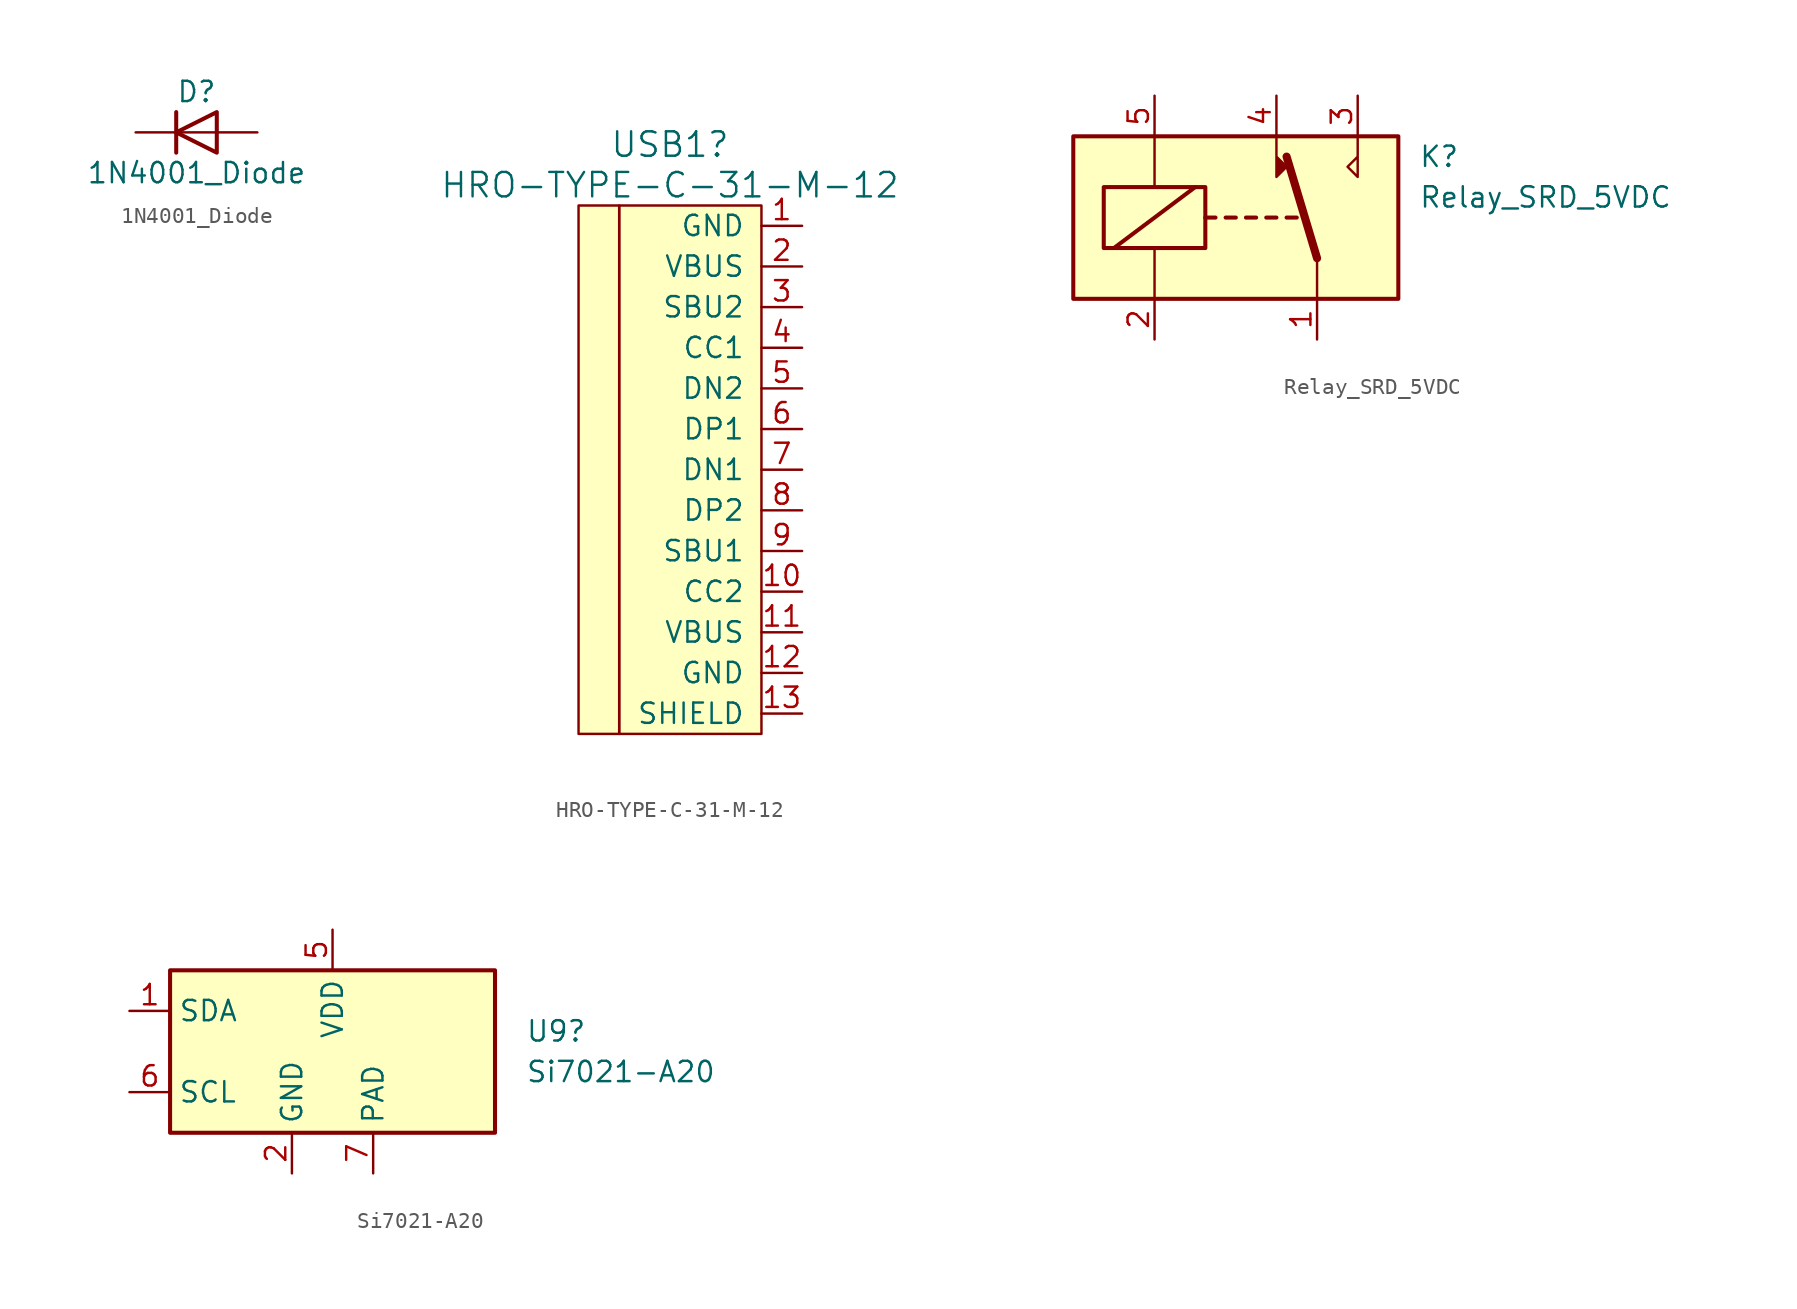
<source format=kicad_sym>
(kicad_symbol_lib
  (version 20231120)
  (generator "kicad_symbol_editor")
  (generator_version "8.0")
  (symbol "1N4001_Diode"
    (pin_numbers hide)
    (pin_names hide)
    (property "Reference" "D"
      (at 0 2.54 0)
      (effects (font (size 1.27 1.27))))
    (property "Value" "1N4001_Diode"
      (at 0 -2.54 0)
      (effects (font (size 1.27 1.27))))
    (symbol "1N4001_Diode_0_1"
      (polyline (pts (xy -1.27 1.27) (xy -1.27 -1.27)) (stroke (width 0.254) (type default)) (fill (type none)))
      (polyline (pts (xy 1.27 0) (xy -1.27 0)) (stroke (width 0) (type default)) (fill (type none)))
      (polyline (pts (xy 1.27 1.27) (xy 1.27 -1.27) (xy -1.27 0) (xy 1.27 1.27)) (stroke (width 0.254) (type default)) (fill (type none))))
    (symbol "1N4001_Diode_1_1"
      (pin passive line (at -3.81 0 0) (length 2.54) (name "K" (effects (font (size 1.27 1.27)))) (number "1" (effects (font (size 1.27 1.27)))))
      (pin passive line (at 3.81 0 180) (length 2.54) (name "A" (effects (font (size 1.27 1.27)))) (number "2" (effects (font (size 1.27 1.27)))))))
  (symbol "HRO-TYPE-C-31-M-12"
    (pin_names
      (offset 1.016))
    (property "Reference" "USB1"
      (at -5.715 19.05 0)
      (effects (font (size 1.524 1.524))))
    (property "Value" "HRO-TYPE-C-31-M-12"
      (at -5.715 16.51 0)
      (effects (font (size 1.524 1.524))))
    (symbol "HRO-TYPE-C-31-M-12_0_1"
      (rectangle (start -11.43 15.24) (end -8.89 -17.78) (stroke (width 0) (type solid)) (fill (type background)))
      (rectangle (start 0 -17.78) (end -8.89 15.24) (stroke (width 0) (type solid)) (fill (type background))))
    (symbol "HRO-TYPE-C-31-M-12_1_1"
      (pin input line (at 2.54 13.97 180) (length 2.54) (name "GND" (effects (font (size 1.27 1.27)))) (number "1" (effects (font (size 1.27 1.27)))))
      (pin input line (at 2.54 -8.89 180) (length 2.54) (name "CC2" (effects (font (size 1.27 1.27)))) (number "10" (effects (font (size 1.27 1.27)))))
      (pin input line (at 2.54 -11.43 180) (length 2.54) (name "VBUS" (effects (font (size 1.27 1.27)))) (number "11" (effects (font (size 1.27 1.27)))))
      (pin input line (at 2.54 -13.97 180) (length 2.54) (name "GND" (effects (font (size 1.27 1.27)))) (number "12" (effects (font (size 1.27 1.27)))))
      (pin input line (at 2.54 -16.51 180) (length 2.54) (name "SHIELD" (effects (font (size 1.27 1.27)))) (number "13" (effects (font (size 1.27 1.27)))))
      (pin input line (at 2.54 11.43 180) (length 2.54) (name "VBUS" (effects (font (size 1.27 1.27)))) (number "2" (effects (font (size 1.27 1.27)))))
      (pin input line (at 2.54 8.89 180) (length 2.54) (name "SBU2" (effects (font (size 1.27 1.27)))) (number "3" (effects (font (size 1.27 1.27)))))
      (pin input line (at 2.54 6.35 180) (length 2.54) (name "CC1" (effects (font (size 1.27 1.27)))) (number "4" (effects (font (size 1.27 1.27)))))
      (pin input line (at 2.54 3.81 180) (length 2.54) (name "DN2" (effects (font (size 1.27 1.27)))) (number "5" (effects (font (size 1.27 1.27)))))
      (pin input line (at 2.54 1.27 180) (length 2.54) (name "DP1" (effects (font (size 1.27 1.27)))) (number "6" (effects (font (size 1.27 1.27)))))
      (pin input line (at 2.54 -1.27 180) (length 2.54) (name "DN1" (effects (font (size 1.27 1.27)))) (number "7" (effects (font (size 1.27 1.27)))))
      (pin input line (at 2.54 -3.81 180) (length 2.54) (name "DP2" (effects (font (size 1.27 1.27)))) (number "8" (effects (font (size 1.27 1.27)))))
      (pin input line (at 2.54 -6.35 180) (length 2.54) (name "SBU1" (effects (font (size 1.27 1.27)))) (number "9" (effects (font (size 1.27 1.27)))))))
  (symbol "Relay_SRD_5VDC"
    (property "Reference" "K"
      (at 11.43 3.81 0)
      (effects (font (size 1.27 1.27)) (justify left)))
    (property "Value" "Relay_SRD_5VDC"
      (at 11.43 1.27 0)
      (effects (font (size 1.27 1.27)) (justify left)))
    (symbol "Relay_SRD_5VDC_0_0"
      (polyline (pts (xy 7.62 5.08) (xy 7.62 2.54) (xy 6.985 3.175) (xy 7.62 3.81)) (stroke (width 0) (type default)) (fill (type none))))
    (symbol "Relay_SRD_5VDC_0_1"
      (rectangle (start -10.16 5.08) (end 10.16 -5.08) (stroke (width 0.254) (type default)) (fill (type background)))
      (rectangle (start -8.255 1.905) (end -1.905 -1.905) (stroke (width 0.254) (type default)) (fill (type none)))
      (polyline (pts (xy -7.62 -1.905) (xy -2.54 1.905)) (stroke (width 0.254) (type default)) (fill (type none)))
      (polyline (pts (xy -5.08 -5.08) (xy -5.08 -1.905)) (stroke (width 0) (type default)) (fill (type none)))
      (polyline (pts (xy -5.08 5.08) (xy -5.08 1.905)) (stroke (width 0) (type default)) (fill (type none)))
      (polyline (pts (xy -1.905 0) (xy -1.27 0)) (stroke (width 0.254) (type default)) (fill (type none)))
      (polyline (pts (xy -0.635 0) (xy 0 0)) (stroke (width 0.254) (type default)) (fill (type none)))
      (polyline (pts (xy 0.635 0) (xy 1.27 0)) (stroke (width 0.254) (type default)) (fill (type none)))
      (polyline (pts (xy 1.905 0) (xy 2.54 0)) (stroke (width 0.254) (type default)) (fill (type none)))
      (polyline (pts (xy 3.175 0) (xy 3.81 0)) (stroke (width 0.254) (type default)) (fill (type none)))
      (polyline (pts (xy 5.08 -2.54) (xy 3.175 3.81)) (stroke (width 0.508) (type default)) (fill (type none)))
      (polyline (pts (xy 5.08 -2.54) (xy 5.08 -5.08)) (stroke (width 0) (type default)) (fill (type none))))
    (symbol "Relay_SRD_5VDC_1_1"
      (polyline (pts (xy 2.54 3.81) (xy 3.175 3.175) (xy 2.54 2.54) (xy 2.54 5.08)) (stroke (width 0) (type default)) (fill (type outline)))
      (pin passive line (at 5.08 -7.62 90) (length 2.54) (name "~" (effects (font (size 1.27 1.27)))) (number "1" (effects (font (size 1.27 1.27)))))
      (pin passive line (at -5.08 -7.62 90) (length 2.54) (name "~" (effects (font (size 1.27 1.27)))) (number "2" (effects (font (size 1.27 1.27)))))
      (pin passive line (at 7.62 7.62 270) (length 2.54) (name "~" (effects (font (size 1.27 1.27)))) (number "3" (effects (font (size 1.27 1.27)))))
      (pin passive line (at 2.54 7.62 270) (length 2.54) (name "~" (effects (font (size 1.27 1.27)))) (number "4" (effects (font (size 1.27 1.27)))))
      (pin passive line (at -5.08 7.62 270) (length 2.54) (name "~" (effects (font (size 1.27 1.27)))) (number "5" (effects (font (size 1.27 1.27)))))))
  (symbol "Si7021-A20"
    (property "Reference" "U9"
      (at 12.065 1.27 0)
      (effects (font (size 1.27 1.27)) (justify left)))
    (property "Value" "Si7021-A20"
      (at 12.065 -1.27 0)
      (effects (font (size 1.27 1.27)) (justify left)))
    (symbol "Si7021-A20_0_1"
      (rectangle (start -10.16 5.08) (end 10.16 -5.08) (stroke (width 0.254) (type default)) (fill (type background))))
    (symbol "Si7021-A20_1_1"
      (pin bidirectional line (at -12.7 2.54 0) (length 2.54) (name "SDA" (effects (font (size 1.27 1.27)))) (number "1" (effects (font (size 1.27 1.27)))))
      (pin power_in line (at -2.54 -7.62 90) (length 2.54) (name "GND" (effects (font (size 1.27 1.27)))) (number "2" (effects (font (size 1.27 1.27)))))
      (pin no_connect line (at 10.16 2.54 180) (length 2.54) hide (name "NC" (effects (font (size 1.27 1.27)))) (number "3" (effects (font (size 1.27 1.27)))))
      (pin no_connect line (at 10.16 -2.54 180) (length 2.54) hide (name "NC" (effects (font (size 1.27 1.27)))) (number "4" (effects (font (size 1.27 1.27)))))
      (pin power_in line (at 0 7.62 270) (length 2.54) (name "VDD" (effects (font (size 1.27 1.27)))) (number "5" (effects (font (size 1.27 1.27)))))
      (pin input line (at -12.7 -2.54 0) (length 2.54) (name "SCL" (effects (font (size 1.27 1.27)))) (number "6" (effects (font (size 1.27 1.27)))))
      (pin passive line (at 2.54 -7.62 90) (length 2.54) (name "PAD" (effects (font (size 1.27 1.27)))) (number "7" (effects (font (size 1.27 1.27))))))))
</source>
